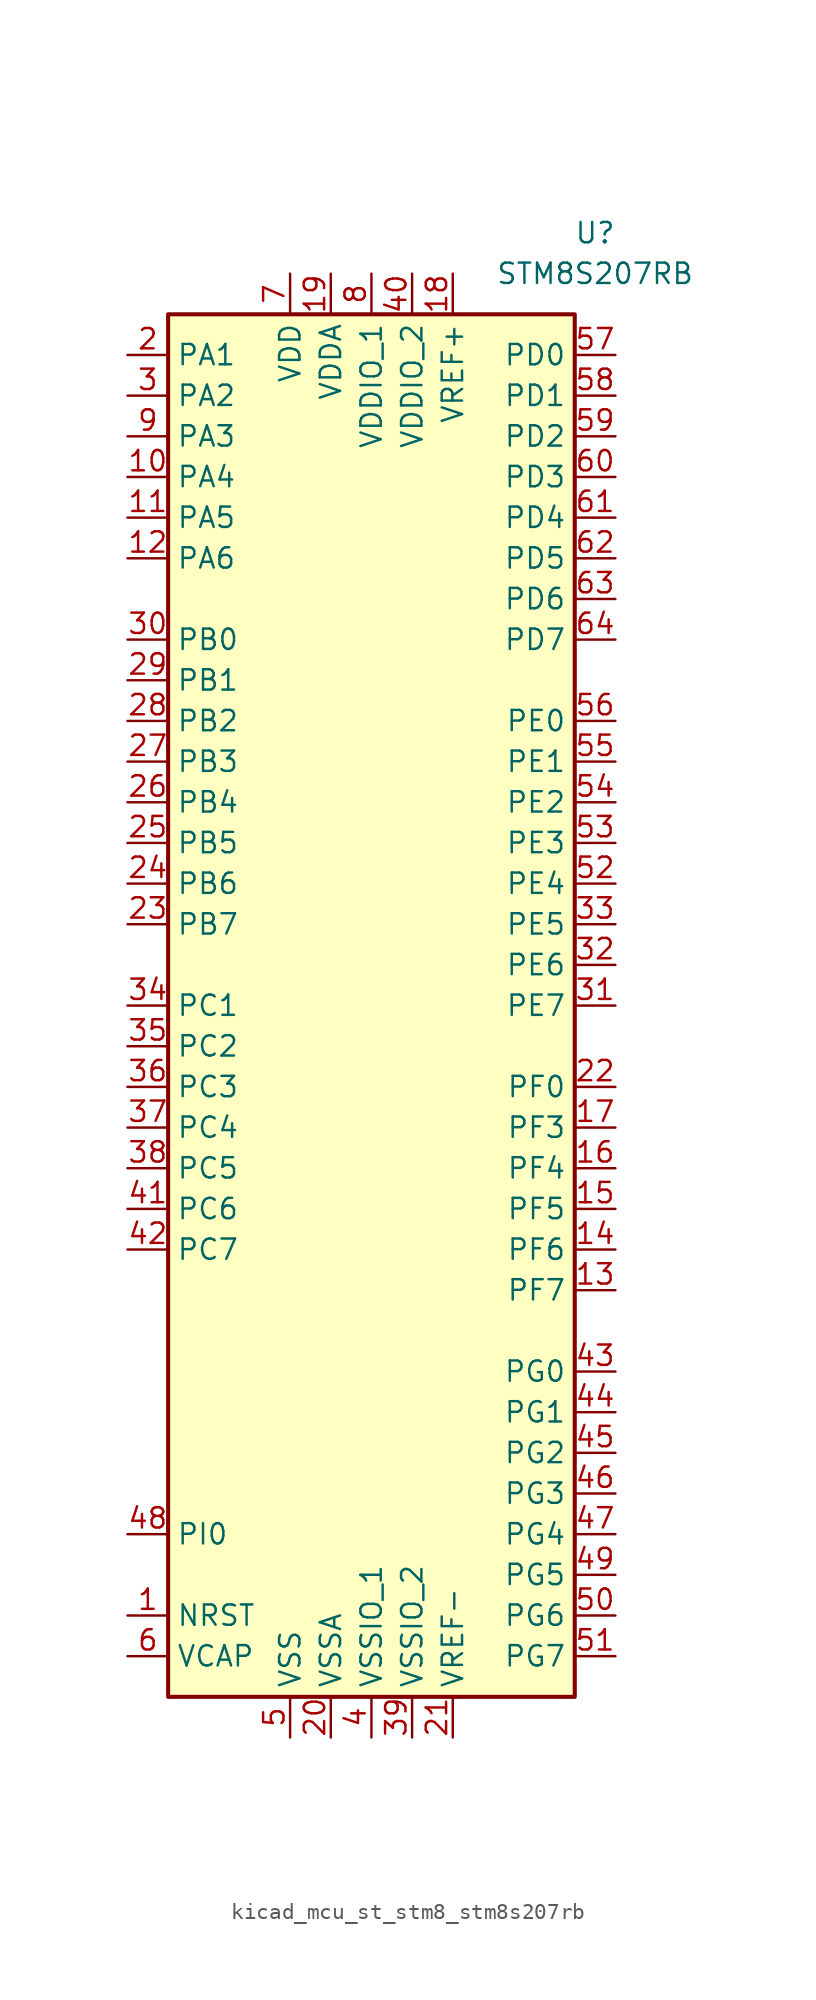
<source format=kicad_sym>
(kicad_symbol_lib
  (version 20220914)
  (generator kicad_symbol_editor)
  (symbol "kicad_mcu_st_stm8_stm8s207rb"
    (property "Reference" "U"
      (at 13.97 48.26 0)
      (effects (font (size 1.27 1.27))))
    (property "Value" "STM8S207RB"
      (at 13.97 45.72 0)
      (effects (font (size 1.27 1.27))))
    (symbol "kicad_mcu_st_stm8_stm8s207rb_0_1"
      (rectangle (start 12.7 43.18) (end -12.7 -43.18) (stroke (width 0.254) (type default)) (fill (type background))))
    (symbol "kicad_mcu_st_stm8_stm8s207rb_1_1"
      (pin input line (at -15.24 -38.1 0) (length 2.54) (name "NRST" (effects (font (size 1.27 1.27)))) (number "1" (effects (font (size 1.27 1.27)))))
      (pin bidirectional line (at -15.24 33.02 0) (length 2.54) (name "PA4" (effects (font (size 1.27 1.27)))) (number "10" (effects (font (size 1.27 1.27)))))
      (pin bidirectional line (at -15.24 30.48 0) (length 2.54) (name "PA5" (effects (font (size 1.27 1.27)))) (number "11" (effects (font (size 1.27 1.27)))))
      (pin bidirectional line (at -15.24 27.94 0) (length 2.54) (name "PA6" (effects (font (size 1.27 1.27)))) (number "12" (effects (font (size 1.27 1.27)))))
      (pin bidirectional line (at 15.24 -17.78 180) (length 2.54) (name "PF7" (effects (font (size 1.27 1.27)))) (number "13" (effects (font (size 1.27 1.27)))))
      (pin bidirectional line (at 15.24 -15.24 180) (length 2.54) (name "PF6" (effects (font (size 1.27 1.27)))) (number "14" (effects (font (size 1.27 1.27)))))
      (pin bidirectional line (at 15.24 -12.7 180) (length 2.54) (name "PF5" (effects (font (size 1.27 1.27)))) (number "15" (effects (font (size 1.27 1.27)))))
      (pin bidirectional line (at 15.24 -10.16 180) (length 2.54) (name "PF4" (effects (font (size 1.27 1.27)))) (number "16" (effects (font (size 1.27 1.27)))))
      (pin bidirectional line (at 15.24 -7.62 180) (length 2.54) (name "PF3" (effects (font (size 1.27 1.27)))) (number "17" (effects (font (size 1.27 1.27)))))
      (pin power_in line (at 5.08 45.72 270) (length 2.54) (name "VREF+" (effects (font (size 1.27 1.27)))) (number "18" (effects (font (size 1.27 1.27)))))
      (pin power_in line (at -2.54 45.72 270) (length 2.54) (name "VDDA" (effects (font (size 1.27 1.27)))) (number "19" (effects (font (size 1.27 1.27)))))
      (pin bidirectional line (at -15.24 40.64 0) (length 2.54) (name "PA1" (effects (font (size 1.27 1.27)))) (number "2" (effects (font (size 1.27 1.27)))))
      (pin power_in line (at -2.54 -45.72 90) (length 2.54) (name "VSSA" (effects (font (size 1.27 1.27)))) (number "20" (effects (font (size 1.27 1.27)))))
      (pin power_in line (at 5.08 -45.72 90) (length 2.54) (name "VREF-" (effects (font (size 1.27 1.27)))) (number "21" (effects (font (size 1.27 1.27)))))
      (pin bidirectional line (at 15.24 -5.08 180) (length 2.54) (name "PF0" (effects (font (size 1.27 1.27)))) (number "22" (effects (font (size 1.27 1.27)))))
      (pin bidirectional line (at -15.24 5.08 0) (length 2.54) (name "PB7" (effects (font (size 1.27 1.27)))) (number "23" (effects (font (size 1.27 1.27)))))
      (pin bidirectional line (at -15.24 7.62 0) (length 2.54) (name "PB6" (effects (font (size 1.27 1.27)))) (number "24" (effects (font (size 1.27 1.27)))))
      (pin bidirectional line (at -15.24 10.16 0) (length 2.54) (name "PB5" (effects (font (size 1.27 1.27)))) (number "25" (effects (font (size 1.27 1.27)))))
      (pin bidirectional line (at -15.24 12.7 0) (length 2.54) (name "PB4" (effects (font (size 1.27 1.27)))) (number "26" (effects (font (size 1.27 1.27)))))
      (pin bidirectional line (at -15.24 15.24 0) (length 2.54) (name "PB3" (effects (font (size 1.27 1.27)))) (number "27" (effects (font (size 1.27 1.27)))))
      (pin bidirectional line (at -15.24 17.78 0) (length 2.54) (name "PB2" (effects (font (size 1.27 1.27)))) (number "28" (effects (font (size 1.27 1.27)))))
      (pin bidirectional line (at -15.24 20.32 0) (length 2.54) (name "PB1" (effects (font (size 1.27 1.27)))) (number "29" (effects (font (size 1.27 1.27)))))
      (pin bidirectional line (at -15.24 38.1 0) (length 2.54) (name "PA2" (effects (font (size 1.27 1.27)))) (number "3" (effects (font (size 1.27 1.27)))))
      (pin bidirectional line (at -15.24 22.86 0) (length 2.54) (name "PB0" (effects (font (size 1.27 1.27)))) (number "30" (effects (font (size 1.27 1.27)))))
      (pin bidirectional line (at 15.24 0 180) (length 2.54) (name "PE7" (effects (font (size 1.27 1.27)))) (number "31" (effects (font (size 1.27 1.27)))))
      (pin bidirectional line (at 15.24 2.54 180) (length 2.54) (name "PE6" (effects (font (size 1.27 1.27)))) (number "32" (effects (font (size 1.27 1.27)))))
      (pin bidirectional line (at 15.24 5.08 180) (length 2.54) (name "PE5" (effects (font (size 1.27 1.27)))) (number "33" (effects (font (size 1.27 1.27)))))
      (pin bidirectional line (at -15.24 0 0) (length 2.54) (name "PC1" (effects (font (size 1.27 1.27)))) (number "34" (effects (font (size 1.27 1.27)))))
      (pin bidirectional line (at -15.24 -2.54 0) (length 2.54) (name "PC2" (effects (font (size 1.27 1.27)))) (number "35" (effects (font (size 1.27 1.27)))))
      (pin bidirectional line (at -15.24 -5.08 0) (length 2.54) (name "PC3" (effects (font (size 1.27 1.27)))) (number "36" (effects (font (size 1.27 1.27)))))
      (pin bidirectional line (at -15.24 -7.62 0) (length 2.54) (name "PC4" (effects (font (size 1.27 1.27)))) (number "37" (effects (font (size 1.27 1.27)))))
      (pin bidirectional line (at -15.24 -10.16 0) (length 2.54) (name "PC5" (effects (font (size 1.27 1.27)))) (number "38" (effects (font (size 1.27 1.27)))))
      (pin power_in line (at 2.54 -45.72 90) (length 2.54) (name "VSSIO_2" (effects (font (size 1.27 1.27)))) (number "39" (effects (font (size 1.27 1.27)))))
      (pin power_in line (at 0 -45.72 90) (length 2.54) (name "VSSIO_1" (effects (font (size 1.27 1.27)))) (number "4" (effects (font (size 1.27 1.27)))))
      (pin power_in line (at 2.54 45.72 270) (length 2.54) (name "VDDIO_2" (effects (font (size 1.27 1.27)))) (number "40" (effects (font (size 1.27 1.27)))))
      (pin bidirectional line (at -15.24 -12.7 0) (length 2.54) (name "PC6" (effects (font (size 1.27 1.27)))) (number "41" (effects (font (size 1.27 1.27)))))
      (pin bidirectional line (at -15.24 -15.24 0) (length 2.54) (name "PC7" (effects (font (size 1.27 1.27)))) (number "42" (effects (font (size 1.27 1.27)))))
      (pin bidirectional line (at 15.24 -22.86 180) (length 2.54) (name "PG0" (effects (font (size 1.27 1.27)))) (number "43" (effects (font (size 1.27 1.27)))))
      (pin bidirectional line (at 15.24 -25.4 180) (length 2.54) (name "PG1" (effects (font (size 1.27 1.27)))) (number "44" (effects (font (size 1.27 1.27)))))
      (pin bidirectional line (at 15.24 -27.94 180) (length 2.54) (name "PG2" (effects (font (size 1.27 1.27)))) (number "45" (effects (font (size 1.27 1.27)))))
      (pin bidirectional line (at 15.24 -30.48 180) (length 2.54) (name "PG3" (effects (font (size 1.27 1.27)))) (number "46" (effects (font (size 1.27 1.27)))))
      (pin bidirectional line (at 15.24 -33.02 180) (length 2.54) (name "PG4" (effects (font (size 1.27 1.27)))) (number "47" (effects (font (size 1.27 1.27)))))
      (pin bidirectional line (at -15.24 -33.02 0) (length 2.54) (name "PI0" (effects (font (size 1.27 1.27)))) (number "48" (effects (font (size 1.27 1.27)))))
      (pin bidirectional line (at 15.24 -35.56 180) (length 2.54) (name "PG5" (effects (font (size 1.27 1.27)))) (number "49" (effects (font (size 1.27 1.27)))))
      (pin power_in line (at -5.08 -45.72 90) (length 2.54) (name "VSS" (effects (font (size 1.27 1.27)))) (number "5" (effects (font (size 1.27 1.27)))))
      (pin bidirectional line (at 15.24 -38.1 180) (length 2.54) (name "PG6" (effects (font (size 1.27 1.27)))) (number "50" (effects (font (size 1.27 1.27)))))
      (pin bidirectional line (at 15.24 -40.64 180) (length 2.54) (name "PG7" (effects (font (size 1.27 1.27)))) (number "51" (effects (font (size 1.27 1.27)))))
      (pin bidirectional line (at 15.24 7.62 180) (length 2.54) (name "PE4" (effects (font (size 1.27 1.27)))) (number "52" (effects (font (size 1.27 1.27)))))
      (pin bidirectional line (at 15.24 10.16 180) (length 2.54) (name "PE3" (effects (font (size 1.27 1.27)))) (number "53" (effects (font (size 1.27 1.27)))))
      (pin bidirectional line (at 15.24 12.7 180) (length 2.54) (name "PE2" (effects (font (size 1.27 1.27)))) (number "54" (effects (font (size 1.27 1.27)))))
      (pin bidirectional line (at 15.24 15.24 180) (length 2.54) (name "PE1" (effects (font (size 1.27 1.27)))) (number "55" (effects (font (size 1.27 1.27)))))
      (pin bidirectional line (at 15.24 17.78 180) (length 2.54) (name "PE0" (effects (font (size 1.27 1.27)))) (number "56" (effects (font (size 1.27 1.27)))))
      (pin bidirectional line (at 15.24 40.64 180) (length 2.54) (name "PD0" (effects (font (size 1.27 1.27)))) (number "57" (effects (font (size 1.27 1.27)))))
      (pin bidirectional line (at 15.24 38.1 180) (length 2.54) (name "PD1" (effects (font (size 1.27 1.27)))) (number "58" (effects (font (size 1.27 1.27)))))
      (pin bidirectional line (at 15.24 35.56 180) (length 2.54) (name "PD2" (effects (font (size 1.27 1.27)))) (number "59" (effects (font (size 1.27 1.27)))))
      (pin input line (at -15.24 -40.64 0) (length 2.54) (name "VCAP" (effects (font (size 1.27 1.27)))) (number "6" (effects (font (size 1.27 1.27)))))
      (pin bidirectional line (at 15.24 33.02 180) (length 2.54) (name "PD3" (effects (font (size 1.27 1.27)))) (number "60" (effects (font (size 1.27 1.27)))))
      (pin bidirectional line (at 15.24 30.48 180) (length 2.54) (name "PD4" (effects (font (size 1.27 1.27)))) (number "61" (effects (font (size 1.27 1.27)))))
      (pin bidirectional line (at 15.24 27.94 180) (length 2.54) (name "PD5" (effects (font (size 1.27 1.27)))) (number "62" (effects (font (size 1.27 1.27)))))
      (pin bidirectional line (at 15.24 25.4 180) (length 2.54) (name "PD6" (effects (font (size 1.27 1.27)))) (number "63" (effects (font (size 1.27 1.27)))))
      (pin bidirectional line (at 15.24 22.86 180) (length 2.54) (name "PD7" (effects (font (size 1.27 1.27)))) (number "64" (effects (font (size 1.27 1.27)))))
      (pin power_in line (at -5.08 45.72 270) (length 2.54) (name "VDD" (effects (font (size 1.27 1.27)))) (number "7" (effects (font (size 1.27 1.27)))))
      (pin power_in line (at 0 45.72 270) (length 2.54) (name "VDDIO_1" (effects (font (size 1.27 1.27)))) (number "8" (effects (font (size 1.27 1.27)))))
      (pin bidirectional line (at -15.24 35.56 0) (length 2.54) (name "PA3" (effects (font (size 1.27 1.27)))) (number "9" (effects (font (size 1.27 1.27))))))))
</source>
